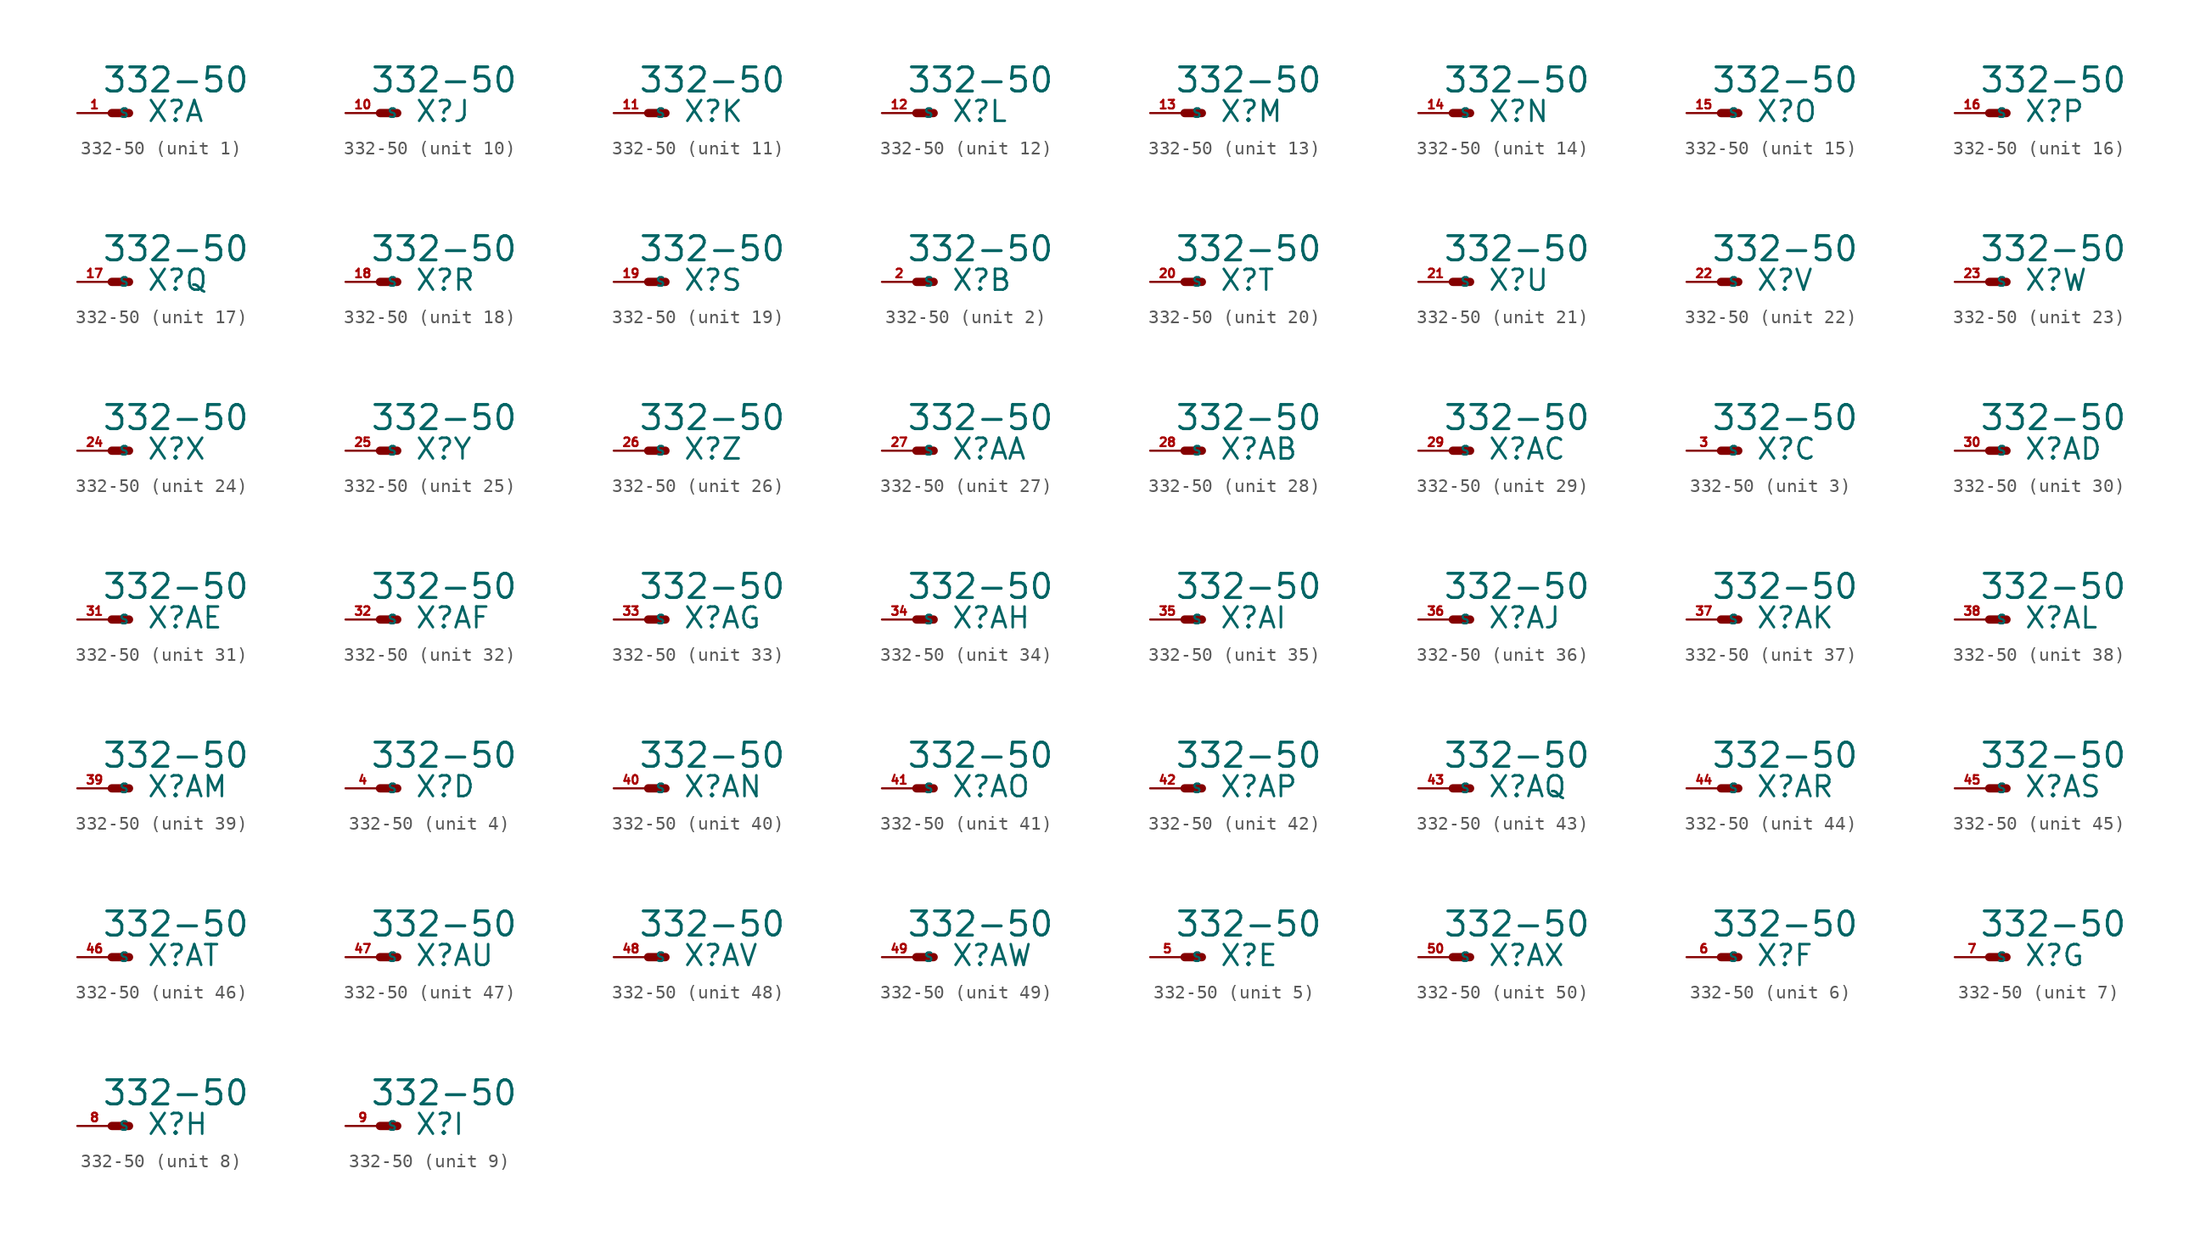
<source format=kicad_sym>
(kicad_symbol_lib
  (version 20220914)
  (generator Eagle2Kicad)
  (symbol "332-50"
    (property "Reference" "X"
      (at 2.54 -0.762 0)
      (effects (font (size 1.524 1.524) (thickness 0.19)) (justify left bottom)))
    (property "Value" "332-50"
      (at -0.762 1.397 0)
      (effects (font (size 1.778 1.778) (thickness 0.22)) (justify left bottom)))
    (symbol "332-50_1_0"
      (polyline (pts (xy 1.27 0) (xy 0 0)) (stroke (width 0.61) (type default)) (fill (type none)))
      (pin passive line (at -2.54 0 0) (length 2.54) (name "S" (effects (font (size 0.635 0.635) (thickness 0.08)) (justify left bottom))) (number "1" (effects (font (size 0.635 0.635) (thickness 0.08)) (justify left bottom)))))
    (symbol "332-50_2_0"
      (polyline (pts (xy 1.27 0) (xy 0 0)) (stroke (width 0.61) (type default)) (fill (type none)))
      (pin passive line (at -2.54 0 0) (length 2.54) (name "S" (effects (font (size 0.635 0.635) (thickness 0.08)) (justify left bottom))) (number "2" (effects (font (size 0.635 0.635) (thickness 0.08)) (justify left bottom)))))
    (symbol "332-50_3_0"
      (polyline (pts (xy 1.27 0) (xy 0 0)) (stroke (width 0.61) (type default)) (fill (type none)))
      (pin passive line (at -2.54 0 0) (length 2.54) (name "S" (effects (font (size 0.635 0.635) (thickness 0.08)) (justify left bottom))) (number "3" (effects (font (size 0.635 0.635) (thickness 0.08)) (justify left bottom)))))
    (symbol "332-50_4_0"
      (polyline (pts (xy 1.27 0) (xy 0 0)) (stroke (width 0.61) (type default)) (fill (type none)))
      (pin passive line (at -2.54 0 0) (length 2.54) (name "S" (effects (font (size 0.635 0.635) (thickness 0.08)) (justify left bottom))) (number "4" (effects (font (size 0.635 0.635) (thickness 0.08)) (justify left bottom)))))
    (symbol "332-50_5_0"
      (polyline (pts (xy 1.27 0) (xy 0 0)) (stroke (width 0.61) (type default)) (fill (type none)))
      (pin passive line (at -2.54 0 0) (length 2.54) (name "S" (effects (font (size 0.635 0.635) (thickness 0.08)) (justify left bottom))) (number "5" (effects (font (size 0.635 0.635) (thickness 0.08)) (justify left bottom)))))
    (symbol "332-50_6_0"
      (polyline (pts (xy 1.27 0) (xy 0 0)) (stroke (width 0.61) (type default)) (fill (type none)))
      (pin passive line (at -2.54 0 0) (length 2.54) (name "S" (effects (font (size 0.635 0.635) (thickness 0.08)) (justify left bottom))) (number "6" (effects (font (size 0.635 0.635) (thickness 0.08)) (justify left bottom)))))
    (symbol "332-50_7_0"
      (polyline (pts (xy 1.27 0) (xy 0 0)) (stroke (width 0.61) (type default)) (fill (type none)))
      (pin passive line (at -2.54 0 0) (length 2.54) (name "S" (effects (font (size 0.635 0.635) (thickness 0.08)) (justify left bottom))) (number "7" (effects (font (size 0.635 0.635) (thickness 0.08)) (justify left bottom)))))
    (symbol "332-50_8_0"
      (polyline (pts (xy 1.27 0) (xy 0 0)) (stroke (width 0.61) (type default)) (fill (type none)))
      (pin passive line (at -2.54 0 0) (length 2.54) (name "S" (effects (font (size 0.635 0.635) (thickness 0.08)) (justify left bottom))) (number "8" (effects (font (size 0.635 0.635) (thickness 0.08)) (justify left bottom)))))
    (symbol "332-50_9_0"
      (polyline (pts (xy 1.27 0) (xy 0 0)) (stroke (width 0.61) (type default)) (fill (type none)))
      (pin passive line (at -2.54 0 0) (length 2.54) (name "S" (effects (font (size 0.635 0.635) (thickness 0.08)) (justify left bottom))) (number "9" (effects (font (size 0.635 0.635) (thickness 0.08)) (justify left bottom)))))
    (symbol "332-50_10_0"
      (polyline (pts (xy 1.27 0) (xy 0 0)) (stroke (width 0.61) (type default)) (fill (type none)))
      (pin passive line (at -2.54 0 0) (length 2.54) (name "S" (effects (font (size 0.635 0.635) (thickness 0.08)) (justify left bottom))) (number "10" (effects (font (size 0.635 0.635) (thickness 0.08)) (justify left bottom)))))
    (symbol "332-50_11_0"
      (polyline (pts (xy 1.27 0) (xy 0 0)) (stroke (width 0.61) (type default)) (fill (type none)))
      (pin passive line (at -2.54 0 0) (length 2.54) (name "S" (effects (font (size 0.635 0.635) (thickness 0.08)) (justify left bottom))) (number "11" (effects (font (size 0.635 0.635) (thickness 0.08)) (justify left bottom)))))
    (symbol "332-50_12_0"
      (polyline (pts (xy 1.27 0) (xy 0 0)) (stroke (width 0.61) (type default)) (fill (type none)))
      (pin passive line (at -2.54 0 0) (length 2.54) (name "S" (effects (font (size 0.635 0.635) (thickness 0.08)) (justify left bottom))) (number "12" (effects (font (size 0.635 0.635) (thickness 0.08)) (justify left bottom)))))
    (symbol "332-50_13_0"
      (polyline (pts (xy 1.27 0) (xy 0 0)) (stroke (width 0.61) (type default)) (fill (type none)))
      (pin passive line (at -2.54 0 0) (length 2.54) (name "S" (effects (font (size 0.635 0.635) (thickness 0.08)) (justify left bottom))) (number "13" (effects (font (size 0.635 0.635) (thickness 0.08)) (justify left bottom)))))
    (symbol "332-50_14_0"
      (polyline (pts (xy 1.27 0) (xy 0 0)) (stroke (width 0.61) (type default)) (fill (type none)))
      (pin passive line (at -2.54 0 0) (length 2.54) (name "S" (effects (font (size 0.635 0.635) (thickness 0.08)) (justify left bottom))) (number "14" (effects (font (size 0.635 0.635) (thickness 0.08)) (justify left bottom)))))
    (symbol "332-50_15_0"
      (polyline (pts (xy 1.27 0) (xy 0 0)) (stroke (width 0.61) (type default)) (fill (type none)))
      (pin passive line (at -2.54 0 0) (length 2.54) (name "S" (effects (font (size 0.635 0.635) (thickness 0.08)) (justify left bottom))) (number "15" (effects (font (size 0.635 0.635) (thickness 0.08)) (justify left bottom)))))
    (symbol "332-50_16_0"
      (polyline (pts (xy 1.27 0) (xy 0 0)) (stroke (width 0.61) (type default)) (fill (type none)))
      (pin passive line (at -2.54 0 0) (length 2.54) (name "S" (effects (font (size 0.635 0.635) (thickness 0.08)) (justify left bottom))) (number "16" (effects (font (size 0.635 0.635) (thickness 0.08)) (justify left bottom)))))
    (symbol "332-50_17_0"
      (polyline (pts (xy 1.27 0) (xy 0 0)) (stroke (width 0.61) (type default)) (fill (type none)))
      (pin passive line (at -2.54 0 0) (length 2.54) (name "S" (effects (font (size 0.635 0.635) (thickness 0.08)) (justify left bottom))) (number "17" (effects (font (size 0.635 0.635) (thickness 0.08)) (justify left bottom)))))
    (symbol "332-50_18_0"
      (polyline (pts (xy 1.27 0) (xy 0 0)) (stroke (width 0.61) (type default)) (fill (type none)))
      (pin passive line (at -2.54 0 0) (length 2.54) (name "S" (effects (font (size 0.635 0.635) (thickness 0.08)) (justify left bottom))) (number "18" (effects (font (size 0.635 0.635) (thickness 0.08)) (justify left bottom)))))
    (symbol "332-50_19_0"
      (polyline (pts (xy 1.27 0) (xy 0 0)) (stroke (width 0.61) (type default)) (fill (type none)))
      (pin passive line (at -2.54 0 0) (length 2.54) (name "S" (effects (font (size 0.635 0.635) (thickness 0.08)) (justify left bottom))) (number "19" (effects (font (size 0.635 0.635) (thickness 0.08)) (justify left bottom)))))
    (symbol "332-50_20_0"
      (polyline (pts (xy 1.27 0) (xy 0 0)) (stroke (width 0.61) (type default)) (fill (type none)))
      (pin passive line (at -2.54 0 0) (length 2.54) (name "S" (effects (font (size 0.635 0.635) (thickness 0.08)) (justify left bottom))) (number "20" (effects (font (size 0.635 0.635) (thickness 0.08)) (justify left bottom)))))
    (symbol "332-50_21_0"
      (polyline (pts (xy 1.27 0) (xy 0 0)) (stroke (width 0.61) (type default)) (fill (type none)))
      (pin passive line (at -2.54 0 0) (length 2.54) (name "S" (effects (font (size 0.635 0.635) (thickness 0.08)) (justify left bottom))) (number "21" (effects (font (size 0.635 0.635) (thickness 0.08)) (justify left bottom)))))
    (symbol "332-50_22_0"
      (polyline (pts (xy 1.27 0) (xy 0 0)) (stroke (width 0.61) (type default)) (fill (type none)))
      (pin passive line (at -2.54 0 0) (length 2.54) (name "S" (effects (font (size 0.635 0.635) (thickness 0.08)) (justify left bottom))) (number "22" (effects (font (size 0.635 0.635) (thickness 0.08)) (justify left bottom)))))
    (symbol "332-50_23_0"
      (polyline (pts (xy 1.27 0) (xy 0 0)) (stroke (width 0.61) (type default)) (fill (type none)))
      (pin passive line (at -2.54 0 0) (length 2.54) (name "S" (effects (font (size 0.635 0.635) (thickness 0.08)) (justify left bottom))) (number "23" (effects (font (size 0.635 0.635) (thickness 0.08)) (justify left bottom)))))
    (symbol "332-50_24_0"
      (polyline (pts (xy 1.27 0) (xy 0 0)) (stroke (width 0.61) (type default)) (fill (type none)))
      (pin passive line (at -2.54 0 0) (length 2.54) (name "S" (effects (font (size 0.635 0.635) (thickness 0.08)) (justify left bottom))) (number "24" (effects (font (size 0.635 0.635) (thickness 0.08)) (justify left bottom)))))
    (symbol "332-50_25_0"
      (polyline (pts (xy 1.27 0) (xy 0 0)) (stroke (width 0.61) (type default)) (fill (type none)))
      (pin passive line (at -2.54 0 0) (length 2.54) (name "S" (effects (font (size 0.635 0.635) (thickness 0.08)) (justify left bottom))) (number "25" (effects (font (size 0.635 0.635) (thickness 0.08)) (justify left bottom)))))
    (symbol "332-50_26_0"
      (polyline (pts (xy 1.27 0) (xy 0 0)) (stroke (width 0.61) (type default)) (fill (type none)))
      (pin passive line (at -2.54 0 0) (length 2.54) (name "S" (effects (font (size 0.635 0.635) (thickness 0.08)) (justify left bottom))) (number "26" (effects (font (size 0.635 0.635) (thickness 0.08)) (justify left bottom)))))
    (symbol "332-50_27_0"
      (polyline (pts (xy 1.27 0) (xy 0 0)) (stroke (width 0.61) (type default)) (fill (type none)))
      (pin passive line (at -2.54 0 0) (length 2.54) (name "S" (effects (font (size 0.635 0.635) (thickness 0.08)) (justify left bottom))) (number "27" (effects (font (size 0.635 0.635) (thickness 0.08)) (justify left bottom)))))
    (symbol "332-50_28_0"
      (polyline (pts (xy 1.27 0) (xy 0 0)) (stroke (width 0.61) (type default)) (fill (type none)))
      (pin passive line (at -2.54 0 0) (length 2.54) (name "S" (effects (font (size 0.635 0.635) (thickness 0.08)) (justify left bottom))) (number "28" (effects (font (size 0.635 0.635) (thickness 0.08)) (justify left bottom)))))
    (symbol "332-50_29_0"
      (polyline (pts (xy 1.27 0) (xy 0 0)) (stroke (width 0.61) (type default)) (fill (type none)))
      (pin passive line (at -2.54 0 0) (length 2.54) (name "S" (effects (font (size 0.635 0.635) (thickness 0.08)) (justify left bottom))) (number "29" (effects (font (size 0.635 0.635) (thickness 0.08)) (justify left bottom)))))
    (symbol "332-50_30_0"
      (polyline (pts (xy 1.27 0) (xy 0 0)) (stroke (width 0.61) (type default)) (fill (type none)))
      (pin passive line (at -2.54 0 0) (length 2.54) (name "S" (effects (font (size 0.635 0.635) (thickness 0.08)) (justify left bottom))) (number "30" (effects (font (size 0.635 0.635) (thickness 0.08)) (justify left bottom)))))
    (symbol "332-50_31_0"
      (polyline (pts (xy 1.27 0) (xy 0 0)) (stroke (width 0.61) (type default)) (fill (type none)))
      (pin passive line (at -2.54 0 0) (length 2.54) (name "S" (effects (font (size 0.635 0.635) (thickness 0.08)) (justify left bottom))) (number "31" (effects (font (size 0.635 0.635) (thickness 0.08)) (justify left bottom)))))
    (symbol "332-50_32_0"
      (polyline (pts (xy 1.27 0) (xy 0 0)) (stroke (width 0.61) (type default)) (fill (type none)))
      (pin passive line (at -2.54 0 0) (length 2.54) (name "S" (effects (font (size 0.635 0.635) (thickness 0.08)) (justify left bottom))) (number "32" (effects (font (size 0.635 0.635) (thickness 0.08)) (justify left bottom)))))
    (symbol "332-50_33_0"
      (polyline (pts (xy 1.27 0) (xy 0 0)) (stroke (width 0.61) (type default)) (fill (type none)))
      (pin passive line (at -2.54 0 0) (length 2.54) (name "S" (effects (font (size 0.635 0.635) (thickness 0.08)) (justify left bottom))) (number "33" (effects (font (size 0.635 0.635) (thickness 0.08)) (justify left bottom)))))
    (symbol "332-50_34_0"
      (polyline (pts (xy 1.27 0) (xy 0 0)) (stroke (width 0.61) (type default)) (fill (type none)))
      (pin passive line (at -2.54 0 0) (length 2.54) (name "S" (effects (font (size 0.635 0.635) (thickness 0.08)) (justify left bottom))) (number "34" (effects (font (size 0.635 0.635) (thickness 0.08)) (justify left bottom)))))
    (symbol "332-50_35_0"
      (polyline (pts (xy 1.27 0) (xy 0 0)) (stroke (width 0.61) (type default)) (fill (type none)))
      (pin passive line (at -2.54 0 0) (length 2.54) (name "S" (effects (font (size 0.635 0.635) (thickness 0.08)) (justify left bottom))) (number "35" (effects (font (size 0.635 0.635) (thickness 0.08)) (justify left bottom)))))
    (symbol "332-50_36_0"
      (polyline (pts (xy 1.27 0) (xy 0 0)) (stroke (width 0.61) (type default)) (fill (type none)))
      (pin passive line (at -2.54 0 0) (length 2.54) (name "S" (effects (font (size 0.635 0.635) (thickness 0.08)) (justify left bottom))) (number "36" (effects (font (size 0.635 0.635) (thickness 0.08)) (justify left bottom)))))
    (symbol "332-50_37_0"
      (polyline (pts (xy 1.27 0) (xy 0 0)) (stroke (width 0.61) (type default)) (fill (type none)))
      (pin passive line (at -2.54 0 0) (length 2.54) (name "S" (effects (font (size 0.635 0.635) (thickness 0.08)) (justify left bottom))) (number "37" (effects (font (size 0.635 0.635) (thickness 0.08)) (justify left bottom)))))
    (symbol "332-50_38_0"
      (polyline (pts (xy 1.27 0) (xy 0 0)) (stroke (width 0.61) (type default)) (fill (type none)))
      (pin passive line (at -2.54 0 0) (length 2.54) (name "S" (effects (font (size 0.635 0.635) (thickness 0.08)) (justify left bottom))) (number "38" (effects (font (size 0.635 0.635) (thickness 0.08)) (justify left bottom)))))
    (symbol "332-50_39_0"
      (polyline (pts (xy 1.27 0) (xy 0 0)) (stroke (width 0.61) (type default)) (fill (type none)))
      (pin passive line (at -2.54 0 0) (length 2.54) (name "S" (effects (font (size 0.635 0.635) (thickness 0.08)) (justify left bottom))) (number "39" (effects (font (size 0.635 0.635) (thickness 0.08)) (justify left bottom)))))
    (symbol "332-50_40_0"
      (polyline (pts (xy 1.27 0) (xy 0 0)) (stroke (width 0.61) (type default)) (fill (type none)))
      (pin passive line (at -2.54 0 0) (length 2.54) (name "S" (effects (font (size 0.635 0.635) (thickness 0.08)) (justify left bottom))) (number "40" (effects (font (size 0.635 0.635) (thickness 0.08)) (justify left bottom)))))
    (symbol "332-50_41_0"
      (polyline (pts (xy 1.27 0) (xy 0 0)) (stroke (width 0.61) (type default)) (fill (type none)))
      (pin passive line (at -2.54 0 0) (length 2.54) (name "S" (effects (font (size 0.635 0.635) (thickness 0.08)) (justify left bottom))) (number "41" (effects (font (size 0.635 0.635) (thickness 0.08)) (justify left bottom)))))
    (symbol "332-50_42_0"
      (polyline (pts (xy 1.27 0) (xy 0 0)) (stroke (width 0.61) (type default)) (fill (type none)))
      (pin passive line (at -2.54 0 0) (length 2.54) (name "S" (effects (font (size 0.635 0.635) (thickness 0.08)) (justify left bottom))) (number "42" (effects (font (size 0.635 0.635) (thickness 0.08)) (justify left bottom)))))
    (symbol "332-50_43_0"
      (polyline (pts (xy 1.27 0) (xy 0 0)) (stroke (width 0.61) (type default)) (fill (type none)))
      (pin passive line (at -2.54 0 0) (length 2.54) (name "S" (effects (font (size 0.635 0.635) (thickness 0.08)) (justify left bottom))) (number "43" (effects (font (size 0.635 0.635) (thickness 0.08)) (justify left bottom)))))
    (symbol "332-50_44_0"
      (polyline (pts (xy 1.27 0) (xy 0 0)) (stroke (width 0.61) (type default)) (fill (type none)))
      (pin passive line (at -2.54 0 0) (length 2.54) (name "S" (effects (font (size 0.635 0.635) (thickness 0.08)) (justify left bottom))) (number "44" (effects (font (size 0.635 0.635) (thickness 0.08)) (justify left bottom)))))
    (symbol "332-50_45_0"
      (polyline (pts (xy 1.27 0) (xy 0 0)) (stroke (width 0.61) (type default)) (fill (type none)))
      (pin passive line (at -2.54 0 0) (length 2.54) (name "S" (effects (font (size 0.635 0.635) (thickness 0.08)) (justify left bottom))) (number "45" (effects (font (size 0.635 0.635) (thickness 0.08)) (justify left bottom)))))
    (symbol "332-50_46_0"
      (polyline (pts (xy 1.27 0) (xy 0 0)) (stroke (width 0.61) (type default)) (fill (type none)))
      (pin passive line (at -2.54 0 0) (length 2.54) (name "S" (effects (font (size 0.635 0.635) (thickness 0.08)) (justify left bottom))) (number "46" (effects (font (size 0.635 0.635) (thickness 0.08)) (justify left bottom)))))
    (symbol "332-50_47_0"
      (polyline (pts (xy 1.27 0) (xy 0 0)) (stroke (width 0.61) (type default)) (fill (type none)))
      (pin passive line (at -2.54 0 0) (length 2.54) (name "S" (effects (font (size 0.635 0.635) (thickness 0.08)) (justify left bottom))) (number "47" (effects (font (size 0.635 0.635) (thickness 0.08)) (justify left bottom)))))
    (symbol "332-50_48_0"
      (polyline (pts (xy 1.27 0) (xy 0 0)) (stroke (width 0.61) (type default)) (fill (type none)))
      (pin passive line (at -2.54 0 0) (length 2.54) (name "S" (effects (font (size 0.635 0.635) (thickness 0.08)) (justify left bottom))) (number "48" (effects (font (size 0.635 0.635) (thickness 0.08)) (justify left bottom)))))
    (symbol "332-50_49_0"
      (polyline (pts (xy 1.27 0) (xy 0 0)) (stroke (width 0.61) (type default)) (fill (type none)))
      (pin passive line (at -2.54 0 0) (length 2.54) (name "S" (effects (font (size 0.635 0.635) (thickness 0.08)) (justify left bottom))) (number "49" (effects (font (size 0.635 0.635) (thickness 0.08)) (justify left bottom)))))
    (symbol "332-50_50_0"
      (polyline (pts (xy 1.27 0) (xy 0 0)) (stroke (width 0.61) (type default)) (fill (type none)))
      (pin passive line (at -2.54 0 0) (length 2.54) (name "S" (effects (font (size 0.635 0.635) (thickness 0.08)) (justify left bottom))) (number "50" (effects (font (size 0.635 0.635) (thickness 0.08)) (justify left bottom)))))))
</source>
